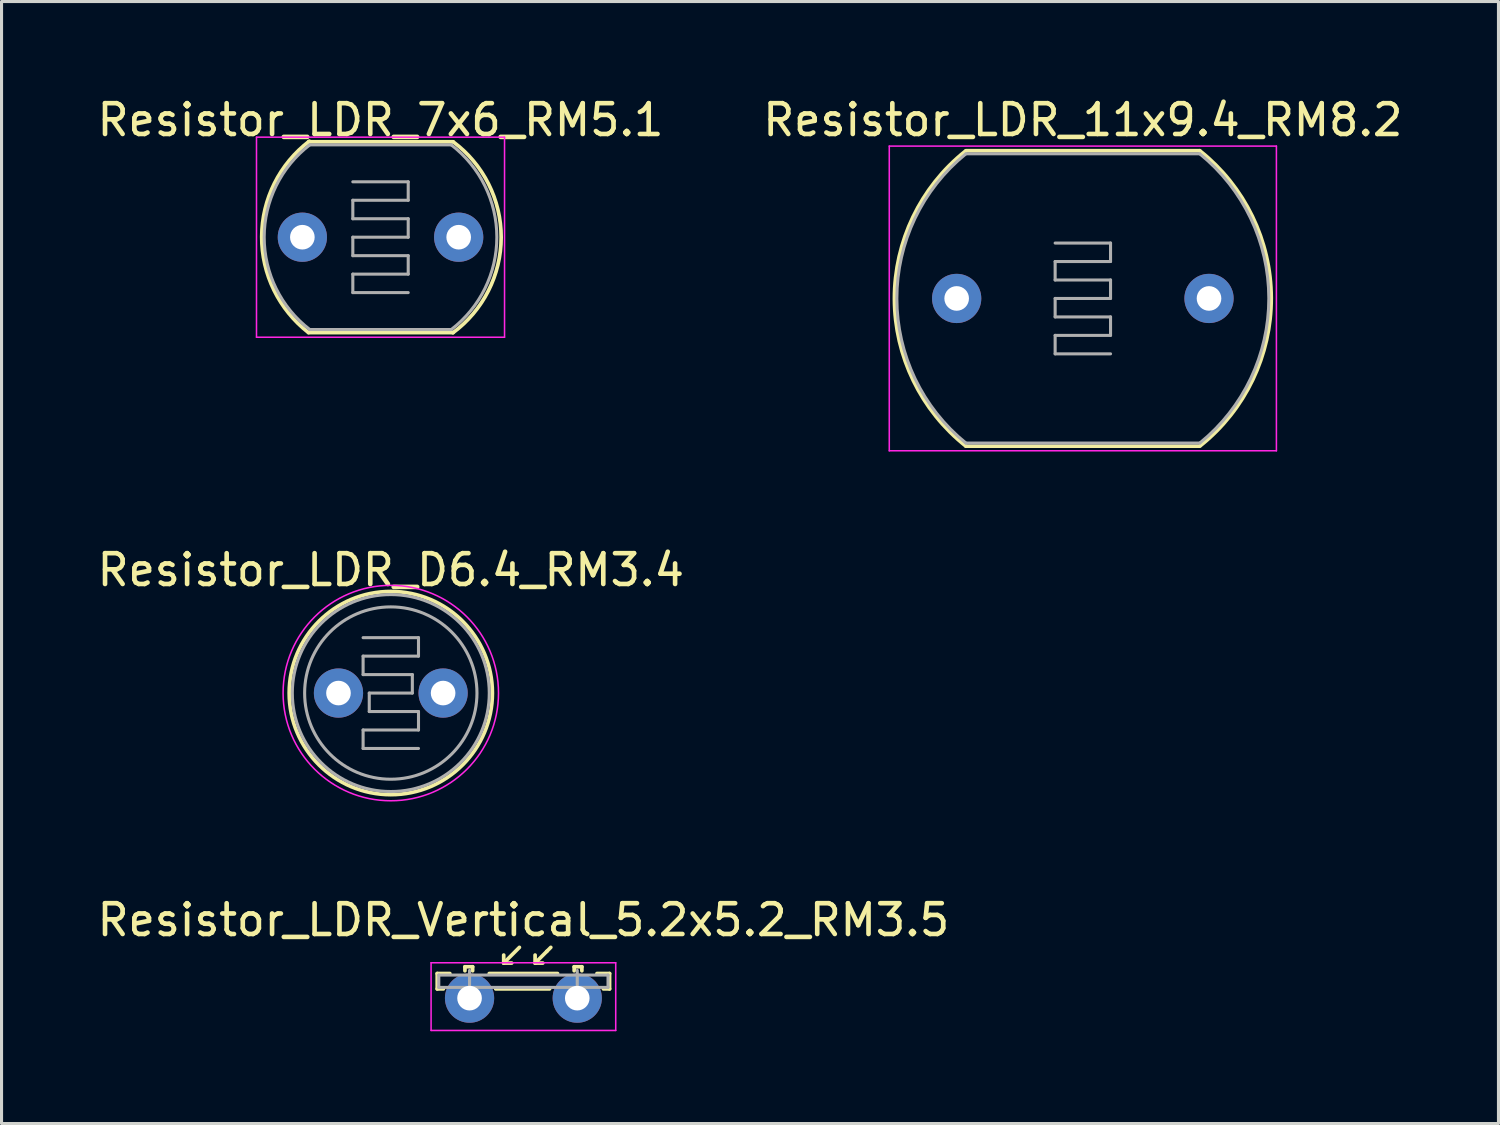
<source format=kicad_pcb>
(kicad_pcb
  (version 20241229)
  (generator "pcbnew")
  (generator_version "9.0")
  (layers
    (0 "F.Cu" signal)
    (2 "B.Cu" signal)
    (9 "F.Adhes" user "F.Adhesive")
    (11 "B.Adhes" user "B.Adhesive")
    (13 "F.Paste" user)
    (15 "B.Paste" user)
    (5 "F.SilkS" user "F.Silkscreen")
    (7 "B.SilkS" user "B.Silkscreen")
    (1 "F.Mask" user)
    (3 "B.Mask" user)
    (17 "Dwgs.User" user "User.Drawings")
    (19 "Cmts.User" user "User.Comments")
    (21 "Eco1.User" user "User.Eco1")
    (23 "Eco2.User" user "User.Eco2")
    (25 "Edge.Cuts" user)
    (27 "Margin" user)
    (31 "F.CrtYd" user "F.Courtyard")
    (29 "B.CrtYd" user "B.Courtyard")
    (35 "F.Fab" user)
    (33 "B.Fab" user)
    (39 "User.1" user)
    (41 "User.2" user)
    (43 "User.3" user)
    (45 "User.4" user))
  (footprint "Resistor_LDR_7x6_RM5.1"
    (layer "F.Cu")
    (at 6.775 4.658)
    (property "Reference" "Resistor_LDR_7x6_RM5.1" (at 2.54 -3.81 0) (layer "F.SilkS") (effects (font (size 1 1) (thickness 0.15))))
    (attr through_hole)
    (fp_line (start 0.2 -3.1) (end 4.9 -3.1) (stroke (width 0.12) (type solid)) (layer "F.SilkS"))
    (fp_line (start 0.2 3.1) (end 4.9 3.1) (stroke (width 0.12) (type solid)) (layer "F.SilkS"))
    (fp_arc (start 0.2 3.1) (mid -1.320423 -0.016888) (end 0.226796 -3.120561) (stroke (width 0.12) (type solid)) (layer "F.SilkS"))
    (fp_arc (start 4.9 -3.1) (mid 6.460049 0.00492) (end 4.89209 3.105853) (stroke (width 0.12) (type solid)) (layer "F.SilkS"))
    (fp_line (start -1.49 -3.25) (end -1.49 3.25) (stroke (width 0.05) (type solid)) (layer "F.CrtYd"))
    (fp_line (start -1.49 -3.25) (end 6.57 -3.25) (stroke (width 0.05) (type solid)) (layer "F.CrtYd"))
    (fp_line (start 6.57 3.25) (end -1.49 3.25) (stroke (width 0.05) (type solid)) (layer "F.CrtYd"))
    (fp_line (start 6.57 3.25) (end 6.57 -3.25) (stroke (width 0.05) (type solid)) (layer "F.CrtYd"))
    (fp_line (start 0.24 -3) (end 4.84 -3) (stroke (width 0.1) (type solid)) (layer "F.Fab"))
    (fp_line (start 1.64 -1.8) (end 3.44 -1.8) (stroke (width 0.1) (type solid)) (layer "F.Fab"))
    (fp_line (start 1.64 -1.2) (end 1.64 -0.6) (stroke (width 0.1) (type solid)) (layer "F.Fab"))
    (fp_line (start 1.64 -0.6) (end 3.44 -0.6) (stroke (width 0.1) (type solid)) (layer "F.Fab"))
    (fp_line (start 1.64 0) (end 1.64 0.6) (stroke (width 0.1) (type solid)) (layer "F.Fab"))
    (fp_line (start 1.64 0.6) (end 3.44 0.6) (stroke (width 0.1) (type solid)) (layer "F.Fab"))
    (fp_line (start 1.64 1.2) (end 1.64 1.8) (stroke (width 0.1) (type solid)) (layer "F.Fab"))
    (fp_line (start 1.64 1.8) (end 3.44 1.8) (stroke (width 0.1) (type solid)) (layer "F.Fab"))
    (fp_line (start 3.44 -1.8) (end 3.44 -1.2) (stroke (width 0.1) (type solid)) (layer "F.Fab"))
    (fp_line (start 3.44 -1.2) (end 1.64 -1.2) (stroke (width 0.1) (type solid)) (layer "F.Fab"))
    (fp_line (start 3.44 -0.6) (end 3.44 0) (stroke (width 0.1) (type solid)) (layer "F.Fab"))
    (fp_line (start 3.44 0) (end 1.64 0) (stroke (width 0.1) (type solid)) (layer "F.Fab"))
    (fp_line (start 3.44 0.6) (end 3.44 1.2) (stroke (width 0.1) (type solid)) (layer "F.Fab"))
    (fp_line (start 3.44 1.2) (end 1.64 1.2) (stroke (width 0.1) (type solid)) (layer "F.Fab"))
    (fp_line (start 4.84 3) (end 0.24 3) (stroke (width 0.1) (type solid)) (layer "F.Fab"))
    (fp_arc (start 0.24 3) (mid -1.240211 0.001572) (end 0.237506 -2.998087) (stroke (width 0.1) (type solid)) (layer "F.Fab"))
    (fp_arc (start 4.84 -3) (mid 6.320211 -0.001572) (end 4.842494 2.998087) (stroke (width 0.1) (type solid)) (layer "F.Fab"))
    (pad "1" thru_hole circle (at 0 0) (size 1.6 1.6) (drill 0.8) (layers "*.Cu" "*.Mask"))
    (pad "2" thru_hole circle (at 5.08 0) (size 1.6 1.6) (drill 0.8) (layers "*.Cu" "*.Mask")))
  (footprint "Resistor_LDR_D6.4_RM3.4"
    (layer "F.Cu")
    (at 7.949 19.471)
    (property "Reference" "Resistor_LDR_D6.4_RM3.4" (at 1.7 -4 0) (layer "F.SilkS") (effects (font (size 1 1) (thickness 0.15))))
    (attr through_hole)
    (fp_circle (center 1.7 0) (end 5 -0.1) (stroke (width 0.12) (type solid)) (fill no) (layer "F.SilkS"))
    (fp_circle (center 1.7 0) (end 5.2 0) (stroke (width 0.05) (type solid)) (fill no) (layer "F.CrtYd"))
    (fp_line (start 0.8 -1.8) (end 2.6 -1.8) (stroke (width 0.1) (type solid)) (layer "F.Fab"))
    (fp_line (start 0.8 -1.2) (end 0.8 -0.6) (stroke (width 0.1) (type solid)) (layer "F.Fab"))
    (fp_line (start 0.8 1.2) (end 0.8 1.8) (stroke (width 0.1) (type solid)) (layer "F.Fab"))
    (fp_line (start 0.8 1.8) (end 2.6 1.8) (stroke (width 0.1) (type solid)) (layer "F.Fab"))
    (fp_line (start 1 0) (end 2.4 0) (stroke (width 0.1) (type solid)) (layer "F.Fab"))
    (fp_line (start 1 0.6) (end 1 0) (stroke (width 0.1) (type solid)) (layer "F.Fab"))
    (fp_line (start 2.4 -0.6) (end 0.8 -0.6) (stroke (width 0.1) (type solid)) (layer "F.Fab"))
    (fp_line (start 2.4 0) (end 2.4 -0.6) (stroke (width 0.1) (type solid)) (layer "F.Fab"))
    (fp_line (start 2.6 -1.8) (end 2.6 -1.2) (stroke (width 0.1) (type solid)) (layer "F.Fab"))
    (fp_line (start 2.6 -1.2) (end 0.8 -1.2) (stroke (width 0.1) (type solid)) (layer "F.Fab"))
    (fp_line (start 2.6 0.6) (end 1 0.6) (stroke (width 0.1) (type solid)) (layer "F.Fab"))
    (fp_line (start 2.6 0.6) (end 2.6 1.2) (stroke (width 0.1) (type solid)) (layer "F.Fab"))
    (fp_line (start 2.6 1.2) (end 0.8 1.2) (stroke (width 0.1) (type solid)) (layer "F.Fab"))
    (fp_circle (center 1.7 0) (end 4.5 0) (stroke (width 0.1) (type solid)) (fill no) (layer "F.Fab"))
    (fp_circle (center 1.7 0) (end 4.9 0) (stroke (width 0.1) (type solid)) (fill no) (layer "F.Fab"))
    (pad "1" thru_hole circle (at 0 0) (size 1.6 1.6) (drill 0.8) (layers "*.Cu" "*.Mask"))
    (pad "2" thru_hole circle (at 3.4 0) (size 1.6 1.6) (drill 0.8) (layers "*.Cu" "*.Mask")))
  (footprint "Resistor_LDR_11x9.4_RM8.2"
    (layer "F.Cu")
    (at 28.037 6.648)
    (property "Reference" "Resistor_LDR_11x9.4_RM8.2" (at 4.1 -5.8 0) (layer "F.SilkS") (effects (font (size 1 1) (thickness 0.15))))
    (attr through_hole)
    (fp_line (start 0.3 -4.8) (end 7.9 -4.8) (stroke (width 0.12) (type solid)) (layer "F.SilkS"))
    (fp_line (start 7.9 4.8) (end 0.3 4.8) (stroke (width 0.12) (type solid)) (layer "F.SilkS"))
    (fp_arc (start 0.3 4.8) (mid -2.022075 0.014159) (end 0.277838 -4.782371) (stroke (width 0.12) (type solid)) (layer "F.SilkS"))
    (fp_arc (start 7.9 -4.8) (mid 10.222075 -0.014159) (end 7.922162 4.782371) (stroke (width 0.12) (type solid)) (layer "F.SilkS"))
    (fp_line (start -2.19 -4.95) (end -2.19 4.95) (stroke (width 0.05) (type solid)) (layer "F.CrtYd"))
    (fp_line (start -2.19 -4.95) (end 10.39 -4.95) (stroke (width 0.05) (type solid)) (layer "F.CrtYd"))
    (fp_line (start 10.39 4.95) (end -2.19 4.95) (stroke (width 0.05) (type solid)) (layer "F.CrtYd"))
    (fp_line (start 10.39 4.95) (end 10.39 -4.95) (stroke (width 0.05) (type solid)) (layer "F.CrtYd"))
    (fp_line (start 0.3 -4.7) (end 7.9 -4.7) (stroke (width 0.1) (type solid)) (layer "F.Fab"))
    (fp_line (start 3.2 -1.8) (end 5 -1.8) (stroke (width 0.1) (type solid)) (layer "F.Fab"))
    (fp_line (start 3.2 -1.2) (end 3.2 -0.6) (stroke (width 0.1) (type solid)) (layer "F.Fab"))
    (fp_line (start 3.2 -0.6) (end 5 -0.6) (stroke (width 0.1) (type solid)) (layer "F.Fab"))
    (fp_line (start 3.2 0) (end 3.2 0.6) (stroke (width 0.1) (type solid)) (layer "F.Fab"))
    (fp_line (start 3.2 0.6) (end 5 0.6) (stroke (width 0.1) (type solid)) (layer "F.Fab"))
    (fp_line (start 3.2 1.2) (end 3.2 1.8) (stroke (width 0.1) (type solid)) (layer "F.Fab"))
    (fp_line (start 3.2 1.8) (end 5 1.8) (stroke (width 0.1) (type solid)) (layer "F.Fab"))
    (fp_line (start 5 -1.8) (end 5 -1.2) (stroke (width 0.1) (type solid)) (layer "F.Fab"))
    (fp_line (start 5 -1.2) (end 3.2 -1.2) (stroke (width 0.1) (type solid)) (layer "F.Fab"))
    (fp_line (start 5 -0.6) (end 5 0) (stroke (width 0.1) (type solid)) (layer "F.Fab"))
    (fp_line (start 5 0) (end 3.2 0) (stroke (width 0.1) (type solid)) (layer "F.Fab"))
    (fp_line (start 5 0.6) (end 5 1.2) (stroke (width 0.1) (type solid)) (layer "F.Fab"))
    (fp_line (start 5 1.2) (end 3.2 1.2) (stroke (width 0.1) (type solid)) (layer "F.Fab"))
    (fp_line (start 7.9 4.7) (end 0.3 4.7) (stroke (width 0.1) (type solid)) (layer "F.Fab"))
    (fp_arc (start 0.3 4.7) (mid -1.944004 0.004651) (end 0.292771 -4.694146) (stroke (width 0.1) (type solid)) (layer "F.Fab"))
    (fp_arc (start 7.9 -4.7) (mid 10.144004 -0.004651) (end 7.907229 4.694146) (stroke (width 0.1) (type solid)) (layer "F.Fab"))
    (pad "1" thru_hole circle (at 0 0) (size 1.6 1.6) (drill 0.8) (layers "*.Cu" "*.Mask"))
    (pad "2" thru_hole circle (at 8.2 0) (size 1.6 1.6) (drill 0.8) (layers "*.Cu" "*.Mask")))
  (footprint "Resistor_LDR_Vertical_5.2x5.2_RM3.5"
    (layer "F.Cu")
    (at 12.208 29.385)
    (property "Reference" "Resistor_LDR_Vertical_5.2x5.2_RM3.5" (at 1.75 -2.54 0) (layer "F.SilkS") (effects (font (size 1 1) (thickness 0.15))))
    (attr through_hole)
    (fp_line (start -1.05 -0.8) (end -1.05 -0.3) (stroke (width 0.12) (type solid)) (layer "F.SilkS"))
    (fp_line (start -1.05 -0.3) (end -0.85 -0.3) (stroke (width 0.12) (type solid)) (layer "F.SilkS"))
    (fp_line (start -0.64 -0.8) (end -1.05 -0.8) (stroke (width 0.12) (type solid)) (layer "F.SilkS"))
    (fp_line (start -0.15 -1.02) (end -0.15 -0.89) (stroke (width 0.12) (type solid)) (layer "F.SilkS"))
    (fp_line (start -0.15 -1.02) (end 0.1 -1.02) (stroke (width 0.12) (type solid)) (layer "F.SilkS"))
    (fp_line (start 0.1 -1.02) (end 0.1 -0.89) (stroke (width 0.12) (type solid)) (layer "F.SilkS"))
    (fp_line (start 0.85 -0.3) (end 2.6 -0.3) (stroke (width 0.12) (type solid)) (layer "F.SilkS"))
    (fp_line (start 1.11 -1.14) (end 1.11 -1.4) (stroke (width 0.12) (type solid)) (layer "F.SilkS"))
    (fp_line (start 1.11 -1.14) (end 1.37 -1.14) (stroke (width 0.12) (type solid)) (layer "F.SilkS"))
    (fp_line (start 1.62 -1.65) (end 1.11 -1.14) (stroke (width 0.12) (type solid)) (layer "F.SilkS"))
    (fp_line (start 2.13 -1.14) (end 2.13 -1.4) (stroke (width 0.12) (type solid)) (layer "F.SilkS"))
    (fp_line (start 2.13 -1.14) (end 2.38 -1.14) (stroke (width 0.12) (type solid)) (layer "F.SilkS"))
    (fp_line (start 2.51 -1.52) (end 2.13 -1.14) (stroke (width 0.12) (type solid)) (layer "F.SilkS"))
    (fp_line (start 2.51 -1.52) (end 2.64 -1.65) (stroke (width 0.12) (type solid)) (layer "F.SilkS"))
    (fp_line (start 2.86 -0.8) (end 0.64 -0.8) (stroke (width 0.12) (type solid)) (layer "F.SilkS"))
    (fp_line (start 3.4 -1.02) (end 3.4 -0.89) (stroke (width 0.12) (type solid)) (layer "F.SilkS"))
    (fp_line (start 3.4 -1.02) (end 3.65 -1.02) (stroke (width 0.12) (type solid)) (layer "F.SilkS"))
    (fp_line (start 3.65 -1.02) (end 3.65 -0.89) (stroke (width 0.12) (type solid)) (layer "F.SilkS"))
    (fp_line (start 4.35 -0.3) (end 4.55 -0.3) (stroke (width 0.12) (type solid)) (layer "F.SilkS"))
    (fp_line (start 4.55 -0.8) (end 4.14 -0.8) (stroke (width 0.12) (type solid)) (layer "F.SilkS"))
    (fp_line (start 4.55 -0.3) (end 4.55 -0.8) (stroke (width 0.12) (type solid)) (layer "F.SilkS"))
    (fp_line (start -1.25 -1.15) (end -1.25 1.05) (stroke (width 0.05) (type solid)) (layer "F.CrtYd"))
    (fp_line (start -1.25 -1.15) (end 4.75 -1.15) (stroke (width 0.05) (type solid)) (layer "F.CrtYd"))
    (fp_line (start 4.75 1.05) (end -1.25 1.05) (stroke (width 0.05) (type solid)) (layer "F.CrtYd"))
    (fp_line (start 4.75 1.05) (end 4.75 -1.15) (stroke (width 0.05) (type solid)) (layer "F.CrtYd"))
    (fp_line (start -1 -0.75) (end 4.5 -0.75) (stroke (width 0.1) (type solid)) (layer "F.Fab"))
    (fp_line (start -1 -0.35) (end -1 -0.75) (stroke (width 0.1) (type solid)) (layer "F.Fab"))
    (fp_line (start 0 0) (end 0 -0.9) (stroke (width 0.1) (type solid)) (layer "F.Fab"))
    (fp_line (start 3.5 0) (end 3.5 -0.9) (stroke (width 0.1) (type solid)) (layer "F.Fab"))
    (fp_line (start 4.5 -0.75) (end 4.5 -0.35) (stroke (width 0.1) (type solid)) (layer "F.Fab"))
    (fp_line (start 4.5 -0.35) (end -1 -0.35) (stroke (width 0.1) (type solid)) (layer "F.Fab"))
    (pad "1" thru_hole circle (at 0 0) (size 1.6 1.6) (drill 0.8) (layers "*.Cu" "*.Mask"))
    (pad "2" thru_hole circle (at 3.5 0) (size 1.6 1.6) (drill 0.8) (layers "*.Cu" "*.Mask")))
  (gr_rect
    (start -3 -3)
    (end 45.643 33.46)
    (stroke (width 0.1) (type default))
    (fill no)
    (layer "Edge.Cuts")))
</source>
